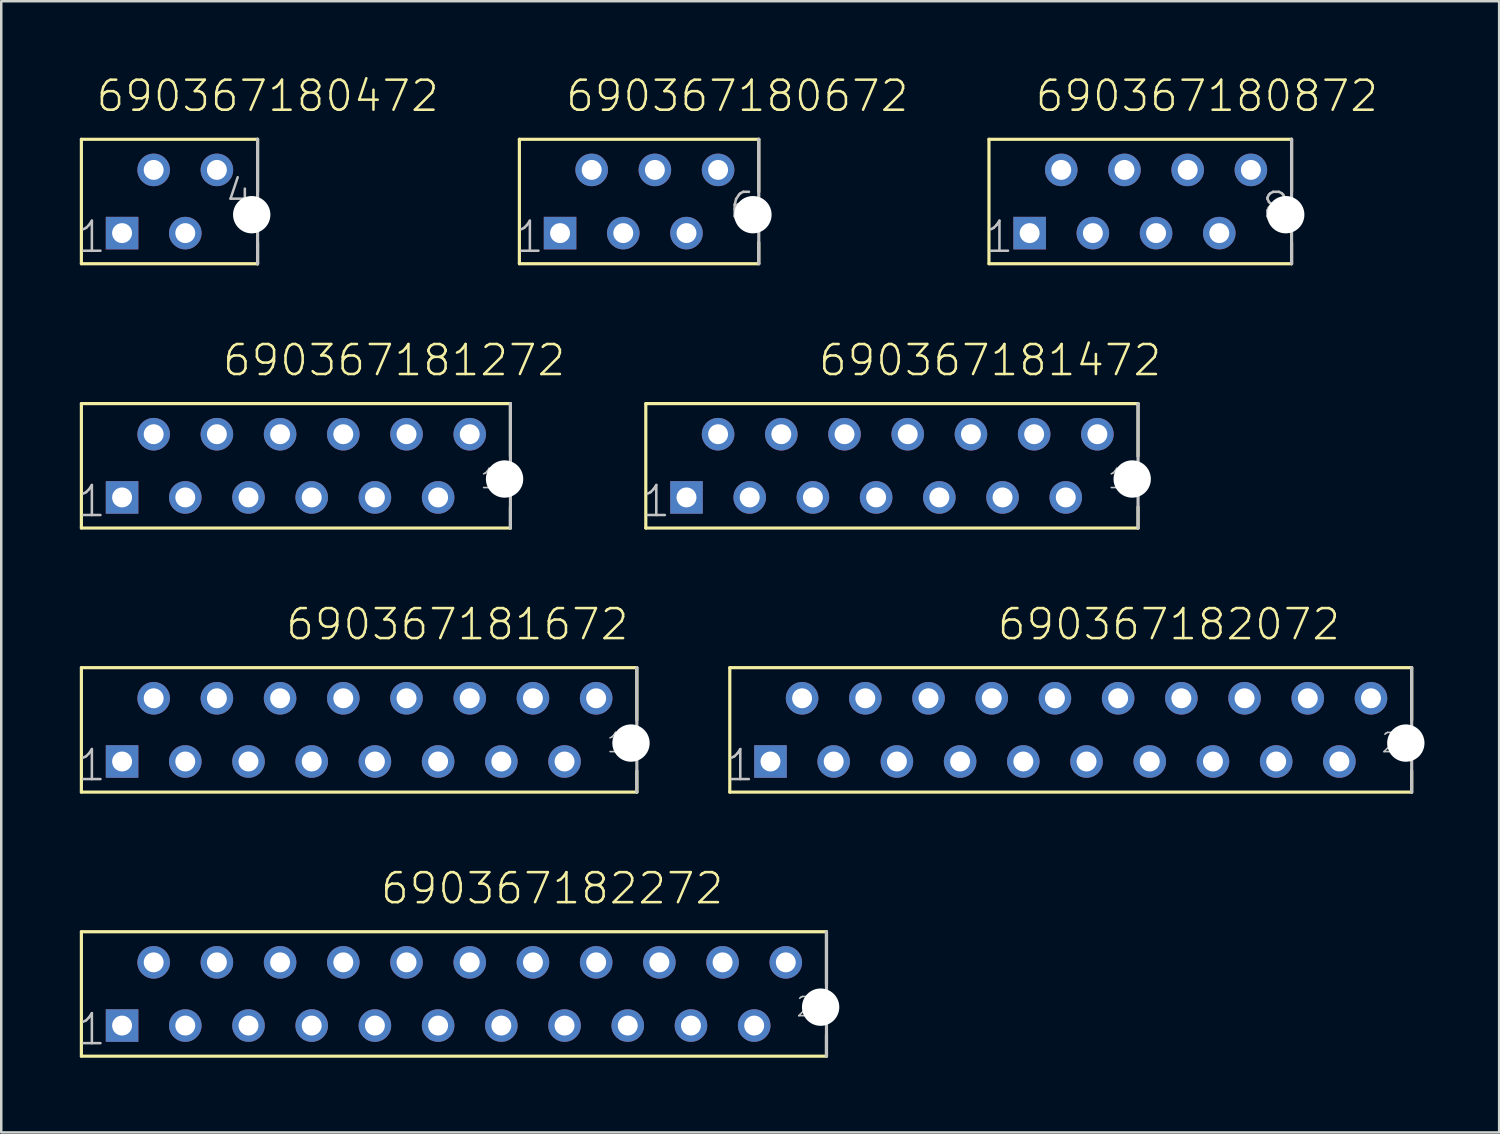
<source format=kicad_pcb>
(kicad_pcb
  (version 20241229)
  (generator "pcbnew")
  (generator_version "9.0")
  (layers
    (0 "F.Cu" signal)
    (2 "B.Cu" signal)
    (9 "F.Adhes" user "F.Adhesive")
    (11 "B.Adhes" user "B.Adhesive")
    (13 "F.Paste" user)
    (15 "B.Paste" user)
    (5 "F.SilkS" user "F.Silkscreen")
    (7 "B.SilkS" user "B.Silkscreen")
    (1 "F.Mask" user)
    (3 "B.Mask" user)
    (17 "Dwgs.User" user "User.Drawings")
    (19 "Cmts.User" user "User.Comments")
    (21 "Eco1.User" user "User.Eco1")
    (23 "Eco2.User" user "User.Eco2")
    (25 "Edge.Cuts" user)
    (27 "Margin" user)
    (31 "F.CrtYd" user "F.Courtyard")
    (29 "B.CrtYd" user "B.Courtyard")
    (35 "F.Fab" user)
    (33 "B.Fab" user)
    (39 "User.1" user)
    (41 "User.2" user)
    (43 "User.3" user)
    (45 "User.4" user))
  (footprint "690367182072"
    (layer "F.Cu")
    (at 39.975 26.279)
    (property "Reference" "690367182072" (at -3.012 -3.536 0) (layer "F.SilkS") (effects (font (size 1.206 1.206) (thickness 0.102)) (justify left bottom)))
    (attr through_hole)
    (fp_line (start -13.7 -2.5) (end -13.7 2.5) (stroke (width 0.127) (type solid)) (layer "F.SilkS"))
    (fp_line (start -13.7 2.5) (end 13.7 2.5) (stroke (width 0.127) (type solid)) (layer "F.SilkS"))
    (fp_line (start 13.7 -2.5) (end -13.7 -2.5) (stroke (width 0.127) (type solid)) (layer "F.SilkS"))
    (fp_line (start 13.7 -0.39) (end 13.7 -2.5) (stroke (width 0.127) (type solid)) (layer "F.SilkS"))
    (fp_line (start 13.7 1.65) (end 13.7 2.5) (stroke (width 0.127) (type solid)) (layer "F.SilkS"))
    (fp_line (start 13.7 2.5) (end 13.7 -2.5) (stroke (width 0.127) (type solid)) (layer "Dwgs.User"))
    (fp_text user "20" (at 12.435 0.97 0) (layer "Dwgs.User") (effects (font (size 0.772 0.772) (thickness 0.065)) (justify left bottom)))
    (fp_text user "1" (at -13.92 2.13 0) (layer "Dwgs.User") (effects (font (size 1.206 1.206) (thickness 0.102)) (justify left bottom)))
    (pad "" np_thru_hole circle (at 13.465 0.53) (size 1.5 1.5) (drill 1.5) (layers "*.Cu"))
    (pad "1" thru_hole rect (at -12.065 1.27 180) (size 1.308 1.308) (drill 0.8) (layers "*.Cu" "*.Mask"))
    (pad "2" thru_hole circle (at -10.795 -1.27 180) (size 1.308 1.308) (drill 0.8) (layers "*.Cu" "*.Mask"))
    (pad "3" thru_hole circle (at -9.525 1.27 180) (size 1.308 1.308) (drill 0.8) (layers "*.Cu" "*.Mask"))
    (pad "4" thru_hole circle (at -8.255 -1.27 180) (size 1.308 1.308) (drill 0.8) (layers "*.Cu" "*.Mask"))
    (pad "5" thru_hole circle (at -6.985 1.27 180) (size 1.308 1.308) (drill 0.8) (layers "*.Cu" "*.Mask"))
    (pad "6" thru_hole circle (at -5.715 -1.27 180) (size 1.308 1.308) (drill 0.8) (layers "*.Cu" "*.Mask"))
    (pad "7" thru_hole circle (at -4.445 1.27 180) (size 1.308 1.308) (drill 0.8) (layers "*.Cu" "*.Mask"))
    (pad "8" thru_hole circle (at -3.175 -1.27 180) (size 1.308 1.308) (drill 0.8) (layers "*.Cu" "*.Mask"))
    (pad "9" thru_hole circle (at -1.905 1.27 180) (size 1.308 1.308) (drill 0.8) (layers "*.Cu" "*.Mask"))
    (pad "10" thru_hole circle (at -0.635 -1.27 180) (size 1.308 1.308) (drill 0.8) (layers "*.Cu" "*.Mask"))
    (pad "11" thru_hole circle (at 0.635 1.27 180) (size 1.308 1.308) (drill 0.8) (layers "*.Cu" "*.Mask"))
    (pad "12" thru_hole circle (at 1.905 -1.27 180) (size 1.308 1.308) (drill 0.8) (layers "*.Cu" "*.Mask"))
    (pad "13" thru_hole circle (at 3.175 1.27 180) (size 1.308 1.308) (drill 0.8) (layers "*.Cu" "*.Mask"))
    (pad "14" thru_hole circle (at 4.445 -1.27 180) (size 1.308 1.308) (drill 0.8) (layers "*.Cu" "*.Mask"))
    (pad "15" thru_hole circle (at 5.715 1.27 180) (size 1.308 1.308) (drill 0.8) (layers "*.Cu" "*.Mask"))
    (pad "16" thru_hole circle (at 6.985 -1.27 180) (size 1.308 1.308) (drill 0.8) (layers "*.Cu" "*.Mask"))
    (pad "17" thru_hole circle (at 8.255 1.27 180) (size 1.308 1.308) (drill 0.8) (layers "*.Cu" "*.Mask"))
    (pad "18" thru_hole circle (at 9.525 -1.27 180) (size 1.308 1.308) (drill 0.8) (layers "*.Cu" "*.Mask"))
    (pad "19" thru_hole circle (at 10.795 1.27 180) (size 1.308 1.308) (drill 0.8) (layers "*.Cu" "*.Mask"))
    (pad "20" thru_hole circle (at 12.065 -1.27 180) (size 1.308 1.308) (drill 0.8) (layers "*.Cu" "*.Mask")))
  (footprint "690367180672"
    (layer "F.Cu")
    (at 22.63 5.047)
    (property "Reference" "690367180672" (at -3.012 -3.536 0) (layer "F.SilkS") (effects (font (size 1.206 1.206) (thickness 0.102)) (justify left bottom)))
    (attr through_hole)
    (fp_line (start -4.81 -2.5) (end -4.81 2.5) (stroke (width 0.127) (type solid)) (layer "F.SilkS"))
    (fp_line (start -4.81 2.5) (end 4.81 2.5) (stroke (width 0.127) (type solid)) (layer "F.SilkS"))
    (fp_line (start 4.81 -2.5) (end -4.81 -2.5) (stroke (width 0.127) (type solid)) (layer "F.SilkS"))
    (fp_line (start 4.81 -0.39) (end 4.81 -2.5) (stroke (width 0.127) (type solid)) (layer "F.SilkS"))
    (fp_line (start 4.81 1.65) (end 4.81 2.5) (stroke (width 0.127) (type solid)) (layer "F.SilkS"))
    (fp_line (start 4.81 2.5) (end 4.81 -2.5) (stroke (width 0.127) (type solid)) (layer "Dwgs.User"))
    (fp_text user "6" (at 3.545 0.97 0) (layer "Dwgs.User") (effects (font (size 1.206 1.206) (thickness 0.102)) (justify left bottom)))
    (fp_text user "1" (at -5.03 2.13 0) (layer "Dwgs.User") (effects (font (size 1.206 1.206) (thickness 0.102)) (justify left bottom)))
    (pad "" np_thru_hole circle (at 4.575 0.53) (size 1.5 1.5) (drill 1.5) (layers "*.Cu"))
    (pad "1" thru_hole rect (at -3.175 1.27 180) (size 1.308 1.308) (drill 0.8) (layers "*.Cu" "*.Mask"))
    (pad "2" thru_hole circle (at -1.905 -1.27 180) (size 1.308 1.308) (drill 0.8) (layers "*.Cu" "*.Mask"))
    (pad "3" thru_hole circle (at -0.635 1.27 180) (size 1.308 1.308) (drill 0.8) (layers "*.Cu" "*.Mask"))
    (pad "4" thru_hole circle (at 0.635 -1.27 180) (size 1.308 1.308) (drill 0.8) (layers "*.Cu" "*.Mask"))
    (pad "5" thru_hole circle (at 1.905 1.27 180) (size 1.308 1.308) (drill 0.8) (layers "*.Cu" "*.Mask"))
    (pad "6" thru_hole circle (at 3.175 -1.27 180) (size 1.308 1.308) (drill 0.8) (layers "*.Cu" "*.Mask")))
  (footprint "690367180472"
    (layer "F.Cu")
    (at 3.76 5.047)
    (property "Reference" "690367180472" (at -3.012 -3.536 0) (layer "F.SilkS") (effects (font (size 1.206 1.206) (thickness 0.102)) (justify left bottom)))
    (attr through_hole)
    (fp_line (start -3.54 -2.5) (end -3.54 2.5) (stroke (width 0.127) (type solid)) (layer "F.SilkS"))
    (fp_line (start -3.54 2.5) (end 3.54 2.5) (stroke (width 0.127) (type solid)) (layer "F.SilkS"))
    (fp_line (start 3.54 -2.5) (end -3.54 -2.5) (stroke (width 0.127) (type solid)) (layer "F.SilkS"))
    (fp_line (start 3.54 -0.39) (end 3.54 -2.5) (stroke (width 0.127) (type solid)) (layer "F.SilkS"))
    (fp_line (start 3.54 1.65) (end 3.54 2.51) (stroke (width 0.127) (type solid)) (layer "F.SilkS"))
    (fp_line (start 3.54 2.5) (end 3.54 -2.5) (stroke (width 0.127) (type solid)) (layer "Dwgs.User"))
    (fp_text user "1" (at -3.76 2.13 0) (layer "Dwgs.User") (effects (font (size 1.206 1.206) (thickness 0.102)) (justify left bottom)))
    (fp_text user "4" (at 3.44 -0.97 0) (layer "Dwgs.User") (effects (font (size 1.206 1.206) (thickness 0.102)) (justify right top)))
    (pad "" np_thru_hole circle (at 3.305 0.53) (size 1.5 1.5) (drill 1.5) (layers "*.Cu"))
    (pad "1" thru_hole rect (at -1.905 1.27 180) (size 1.308 1.308) (drill 0.8) (layers "*.Cu" "*.Mask"))
    (pad "2" thru_hole circle (at -0.635 -1.27 180) (size 1.308 1.308) (drill 0.8) (layers "*.Cu" "*.Mask"))
    (pad "3" thru_hole circle (at 0.635 1.27 180) (size 1.308 1.308) (drill 0.8) (layers "*.Cu" "*.Mask"))
    (pad "4" thru_hole circle (at 1.905 -1.27 180) (size 1.308 1.308) (drill 0.8) (layers "*.Cu" "*.Mask")))
  (footprint "690367181272"
    (layer "F.Cu")
    (at 8.84 15.668)
    (property "Reference" "690367181272" (at -3.012 -3.536 0) (layer "F.SilkS") (effects (font (size 1.206 1.206) (thickness 0.102)) (justify left bottom)))
    (attr through_hole)
    (fp_line (start -8.62 -2.5) (end -8.62 2.5) (stroke (width 0.127) (type solid)) (layer "F.SilkS"))
    (fp_line (start -8.62 2.5) (end 8.62 2.5) (stroke (width 0.127) (type solid)) (layer "F.SilkS"))
    (fp_line (start 8.62 -2.5) (end -8.62 -2.5) (stroke (width 0.127) (type solid)) (layer "F.SilkS"))
    (fp_line (start 8.62 -0.39) (end 8.62 -2.5) (stroke (width 0.127) (type solid)) (layer "F.SilkS"))
    (fp_line (start 8.62 1.65) (end 8.62 2.5) (stroke (width 0.127) (type solid)) (layer "F.SilkS"))
    (fp_line (start 8.62 2.5) (end 8.62 -2.5) (stroke (width 0.127) (type solid)) (layer "Dwgs.User"))
    (fp_text user "12" (at 7.355 0.97 0) (layer "Dwgs.User") (effects (font (size 0.772 0.772) (thickness 0.065)) (justify left bottom)))
    (fp_text user "1" (at -8.84 2.13 0) (layer "Dwgs.User") (effects (font (size 1.206 1.206) (thickness 0.102)) (justify left bottom)))
    (pad "" np_thru_hole circle (at 8.385 0.53) (size 1.5 1.5) (drill 1.5) (layers "*.Cu"))
    (pad "1" thru_hole rect (at -6.985 1.27 180) (size 1.308 1.308) (drill 0.8) (layers "*.Cu" "*.Mask"))
    (pad "2" thru_hole circle (at -5.715 -1.27 180) (size 1.308 1.308) (drill 0.8) (layers "*.Cu" "*.Mask"))
    (pad "3" thru_hole circle (at -4.445 1.27 180) (size 1.308 1.308) (drill 0.8) (layers "*.Cu" "*.Mask"))
    (pad "4" thru_hole circle (at -3.175 -1.27 180) (size 1.308 1.308) (drill 0.8) (layers "*.Cu" "*.Mask"))
    (pad "5" thru_hole circle (at -1.905 1.27 180) (size 1.308 1.308) (drill 0.8) (layers "*.Cu" "*.Mask"))
    (pad "6" thru_hole circle (at -0.635 -1.27 180) (size 1.308 1.308) (drill 0.8) (layers "*.Cu" "*.Mask"))
    (pad "7" thru_hole circle (at 0.635 1.27 180) (size 1.308 1.308) (drill 0.8) (layers "*.Cu" "*.Mask"))
    (pad "8" thru_hole circle (at 1.905 -1.27 180) (size 1.308 1.308) (drill 0.8) (layers "*.Cu" "*.Mask"))
    (pad "9" thru_hole circle (at 3.175 1.27 180) (size 1.308 1.308) (drill 0.8) (layers "*.Cu" "*.Mask"))
    (pad "10" thru_hole circle (at 4.445 -1.27 180) (size 1.308 1.308) (drill 0.8) (layers "*.Cu" "*.Mask"))
    (pad "11" thru_hole circle (at 5.715 1.27 180) (size 1.308 1.308) (drill 0.8) (layers "*.Cu" "*.Mask"))
    (pad "12" thru_hole circle (at 6.985 -1.27 180) (size 1.308 1.308) (drill 0.8) (layers "*.Cu" "*.Mask")))
  (footprint "690367182272"
    (layer "F.Cu")
    (at 15.19 36.89)
    (property "Reference" "690367182272" (at -3.012 -3.536 0) (layer "F.SilkS") (effects (font (size 1.206 1.206) (thickness 0.102)) (justify left bottom)))
    (attr through_hole)
    (fp_line (start -14.97 -2.5) (end -14.97 2.5) (stroke (width 0.127) (type solid)) (layer "F.SilkS"))
    (fp_line (start -14.97 2.5) (end 14.97 2.5) (stroke (width 0.127) (type solid)) (layer "F.SilkS"))
    (fp_line (start 14.97 -2.5) (end -14.97 -2.5) (stroke (width 0.127) (type solid)) (layer "F.SilkS"))
    (fp_line (start 14.97 -0.39) (end 14.97 -2.5) (stroke (width 0.127) (type solid)) (layer "F.SilkS"))
    (fp_line (start 14.97 1.65) (end 14.97 2.5) (stroke (width 0.127) (type solid)) (layer "F.SilkS"))
    (fp_line (start 14.97 2.5) (end 14.97 -2.5) (stroke (width 0.127) (type solid)) (layer "Dwgs.User"))
    (fp_text user "22" (at 13.705 0.97 0) (layer "Dwgs.User") (effects (font (size 0.772 0.772) (thickness 0.065)) (justify left bottom)))
    (fp_text user "1" (at -15.19 2.13 0) (layer "Dwgs.User") (effects (font (size 1.206 1.206) (thickness 0.102)) (justify left bottom)))
    (pad "" np_thru_hole circle (at 14.735 0.53) (size 1.5 1.5) (drill 1.5) (layers "*.Cu"))
    (pad "1" thru_hole rect (at -13.335 1.27 180) (size 1.308 1.308) (drill 0.8) (layers "*.Cu" "*.Mask"))
    (pad "2" thru_hole circle (at -12.065 -1.27 180) (size 1.308 1.308) (drill 0.8) (layers "*.Cu" "*.Mask"))
    (pad "3" thru_hole circle (at -10.795 1.27 180) (size 1.308 1.308) (drill 0.8) (layers "*.Cu" "*.Mask"))
    (pad "4" thru_hole circle (at -9.525 -1.27 180) (size 1.308 1.308) (drill 0.8) (layers "*.Cu" "*.Mask"))
    (pad "5" thru_hole circle (at -8.255 1.27 180) (size 1.308 1.308) (drill 0.8) (layers "*.Cu" "*.Mask"))
    (pad "6" thru_hole circle (at -6.985 -1.27 180) (size 1.308 1.308) (drill 0.8) (layers "*.Cu" "*.Mask"))
    (pad "7" thru_hole circle (at -5.715 1.27 180) (size 1.308 1.308) (drill 0.8) (layers "*.Cu" "*.Mask"))
    (pad "8" thru_hole circle (at -4.445 -1.27 180) (size 1.308 1.308) (drill 0.8) (layers "*.Cu" "*.Mask"))
    (pad "9" thru_hole circle (at -3.175 1.27 180) (size 1.308 1.308) (drill 0.8) (layers "*.Cu" "*.Mask"))
    (pad "10" thru_hole circle (at -1.905 -1.27 180) (size 1.308 1.308) (drill 0.8) (layers "*.Cu" "*.Mask"))
    (pad "11" thru_hole circle (at -0.635 1.27 180) (size 1.308 1.308) (drill 0.8) (layers "*.Cu" "*.Mask"))
    (pad "12" thru_hole circle (at 0.635 -1.27 180) (size 1.308 1.308) (drill 0.8) (layers "*.Cu" "*.Mask"))
    (pad "13" thru_hole circle (at 1.905 1.27 180) (size 1.308 1.308) (drill 0.8) (layers "*.Cu" "*.Mask"))
    (pad "14" thru_hole circle (at 3.175 -1.27 180) (size 1.308 1.308) (drill 0.8) (layers "*.Cu" "*.Mask"))
    (pad "15" thru_hole circle (at 4.445 1.27 180) (size 1.308 1.308) (drill 0.8) (layers "*.Cu" "*.Mask"))
    (pad "16" thru_hole circle (at 5.715 -1.27 180) (size 1.308 1.308) (drill 0.8) (layers "*.Cu" "*.Mask"))
    (pad "17" thru_hole circle (at 6.985 1.27 180) (size 1.308 1.308) (drill 0.8) (layers "*.Cu" "*.Mask"))
    (pad "18" thru_hole circle (at 8.255 -1.27 180) (size 1.308 1.308) (drill 0.8) (layers "*.Cu" "*.Mask"))
    (pad "19" thru_hole circle (at 9.525 1.27 180) (size 1.308 1.308) (drill 0.8) (layers "*.Cu" "*.Mask"))
    (pad "20" thru_hole circle (at 10.795 -1.27 180) (size 1.308 1.308) (drill 0.8) (layers "*.Cu" "*.Mask"))
    (pad "21" thru_hole circle (at 12.065 1.27 180) (size 1.308 1.308) (drill 0.8) (layers "*.Cu" "*.Mask"))
    (pad "22" thru_hole circle (at 13.335 -1.27 180) (size 1.308 1.308) (drill 0.8) (layers "*.Cu" "*.Mask")))
  (footprint "690367181672"
    (layer "F.Cu")
    (at 11.38 26.279)
    (property "Reference" "690367181672" (at -3.012 -3.536 0) (layer "F.SilkS") (effects (font (size 1.206 1.206) (thickness 0.102)) (justify left bottom)))
    (attr through_hole)
    (fp_line (start -11.16 -2.5) (end -11.16 2.5) (stroke (width 0.127) (type solid)) (layer "F.SilkS"))
    (fp_line (start -11.16 2.5) (end 11.16 2.5) (stroke (width 0.127) (type solid)) (layer "F.SilkS"))
    (fp_line (start 11.16 -2.5) (end -11.16 -2.5) (stroke (width 0.127) (type solid)) (layer "F.SilkS"))
    (fp_line (start 11.16 -0.39) (end 11.16 -2.5) (stroke (width 0.127) (type solid)) (layer "F.SilkS"))
    (fp_line (start 11.16 1.65) (end 11.16 2.5) (stroke (width 0.127) (type solid)) (layer "F.SilkS"))
    (fp_line (start 11.16 2.5) (end 11.16 -2.5) (stroke (width 0.127) (type solid)) (layer "Dwgs.User"))
    (fp_text user "1" (at -11.38 2.13 0) (layer "Dwgs.User") (effects (font (size 1.206 1.206) (thickness 0.102)) (justify left bottom)))
    (fp_text user "16" (at 9.895 0.97 0) (layer "Dwgs.User") (effects (font (size 0.772 0.772) (thickness 0.065)) (justify left bottom)))
    (pad "" np_thru_hole circle (at 10.925 0.53) (size 1.5 1.5) (drill 1.5) (layers "*.Cu"))
    (pad "1" thru_hole rect (at -9.525 1.27 180) (size 1.308 1.308) (drill 0.8) (layers "*.Cu" "*.Mask"))
    (pad "2" thru_hole circle (at -8.255 -1.27 180) (size 1.308 1.308) (drill 0.8) (layers "*.Cu" "*.Mask"))
    (pad "3" thru_hole circle (at -6.985 1.27 180) (size 1.308 1.308) (drill 0.8) (layers "*.Cu" "*.Mask"))
    (pad "4" thru_hole circle (at -5.715 -1.27 180) (size 1.308 1.308) (drill 0.8) (layers "*.Cu" "*.Mask"))
    (pad "5" thru_hole circle (at -4.445 1.27 180) (size 1.308 1.308) (drill 0.8) (layers "*.Cu" "*.Mask"))
    (pad "6" thru_hole circle (at -3.175 -1.27 180) (size 1.308 1.308) (drill 0.8) (layers "*.Cu" "*.Mask"))
    (pad "7" thru_hole circle (at -1.905 1.27 180) (size 1.308 1.308) (drill 0.8) (layers "*.Cu" "*.Mask"))
    (pad "8" thru_hole circle (at -0.635 -1.27 180) (size 1.308 1.308) (drill 0.8) (layers "*.Cu" "*.Mask"))
    (pad "9" thru_hole circle (at 0.635 1.27 180) (size 1.308 1.308) (drill 0.8) (layers "*.Cu" "*.Mask"))
    (pad "10" thru_hole circle (at 1.905 -1.27 180) (size 1.308 1.308) (drill 0.8) (layers "*.Cu" "*.Mask"))
    (pad "11" thru_hole circle (at 3.175 1.27 180) (size 1.308 1.308) (drill 0.8) (layers "*.Cu" "*.Mask"))
    (pad "12" thru_hole circle (at 4.445 -1.27 180) (size 1.308 1.308) (drill 0.8) (layers "*.Cu" "*.Mask"))
    (pad "13" thru_hole circle (at 5.715 1.27 180) (size 1.308 1.308) (drill 0.8) (layers "*.Cu" "*.Mask"))
    (pad "14" thru_hole circle (at 6.985 -1.27 180) (size 1.308 1.308) (drill 0.8) (layers "*.Cu" "*.Mask"))
    (pad "15" thru_hole circle (at 8.255 1.27 180) (size 1.308 1.308) (drill 0.8) (layers "*.Cu" "*.Mask"))
    (pad "16" thru_hole circle (at 9.525 -1.27 180) (size 1.308 1.308) (drill 0.8) (layers "*.Cu" "*.Mask")))
  (footprint "690367180872"
    (layer "F.Cu")
    (at 42.769 5.047)
    (property "Reference" "690367180872" (at -4.282 -3.536 0) (layer "F.SilkS") (effects (font (size 1.206 1.206) (thickness 0.102)) (justify left bottom)))
    (attr through_hole)
    (fp_line (start -6.08 -2.5) (end -6.08 2.5) (stroke (width 0.127) (type solid)) (layer "F.SilkS"))
    (fp_line (start -6.08 2.5) (end 6.08 2.5) (stroke (width 0.127) (type solid)) (layer "F.SilkS"))
    (fp_line (start 6.08 -2.5) (end -6.08 -2.5) (stroke (width 0.127) (type solid)) (layer "F.SilkS"))
    (fp_line (start 6.08 -0.39) (end 6.08 -2.5) (stroke (width 0.127) (type solid)) (layer "F.SilkS"))
    (fp_line (start 6.08 1.65) (end 6.08 2.5) (stroke (width 0.127) (type solid)) (layer "F.SilkS"))
    (fp_line (start 6.08 2.5) (end 6.08 -2.5) (stroke (width 0.127) (type solid)) (layer "Dwgs.User"))
    (fp_text user "1" (at -6.3 2.13 0) (layer "Dwgs.User") (effects (font (size 1.206 1.206) (thickness 0.102)) (justify left bottom)))
    (fp_text user "8" (at 4.815 0.97 0) (layer "Dwgs.User") (effects (font (size 1.206 1.206) (thickness 0.102)) (justify left bottom)))
    (pad "" np_thru_hole circle (at 5.845 0.53) (size 1.5 1.5) (drill 1.5) (layers "*.Cu"))
    (pad "1" thru_hole rect (at -4.445 1.27 180) (size 1.308 1.308) (drill 0.8) (layers "*.Cu" "*.Mask"))
    (pad "2" thru_hole circle (at -3.175 -1.27 180) (size 1.308 1.308) (drill 0.8) (layers "*.Cu" "*.Mask"))
    (pad "3" thru_hole circle (at -1.905 1.27 180) (size 1.308 1.308) (drill 0.8) (layers "*.Cu" "*.Mask"))
    (pad "4" thru_hole circle (at -0.635 -1.27 180) (size 1.308 1.308) (drill 0.8) (layers "*.Cu" "*.Mask"))
    (pad "5" thru_hole circle (at 0.635 1.27 180) (size 1.308 1.308) (drill 0.8) (layers "*.Cu" "*.Mask"))
    (pad "6" thru_hole circle (at 1.905 -1.27 180) (size 1.308 1.308) (drill 0.8) (layers "*.Cu" "*.Mask"))
    (pad "7" thru_hole circle (at 3.175 1.27 180) (size 1.308 1.308) (drill 0.8) (layers "*.Cu" "*.Mask"))
    (pad "8" thru_hole circle (at 4.445 -1.27 180) (size 1.308 1.308) (drill 0.8) (layers "*.Cu" "*.Mask")))
  (footprint "690367181472"
    (layer "F.Cu")
    (at 32.79 15.668)
    (property "Reference" "690367181472" (at -3.012 -3.536 0) (layer "F.SilkS") (effects (font (size 1.206 1.206) (thickness 0.102)) (justify left bottom)))
    (attr through_hole)
    (fp_line (start -9.89 -2.5) (end -9.89 2.5) (stroke (width 0.127) (type solid)) (layer "F.SilkS"))
    (fp_line (start -9.89 2.5) (end 9.89 2.5) (stroke (width 0.127) (type solid)) (layer "F.SilkS"))
    (fp_line (start 9.89 -2.5) (end -9.89 -2.5) (stroke (width 0.127) (type solid)) (layer "F.SilkS"))
    (fp_line (start 9.89 -0.39) (end 9.89 -2.5) (stroke (width 0.127) (type solid)) (layer "F.SilkS"))
    (fp_line (start 9.89 1.65) (end 9.89 2.5) (stroke (width 0.127) (type solid)) (layer "F.SilkS"))
    (fp_line (start 9.89 2.5) (end 9.89 -2.5) (stroke (width 0.127) (type solid)) (layer "Dwgs.User"))
    (fp_text user "1" (at -10.11 2.13 0) (layer "Dwgs.User") (effects (font (size 1.206 1.206) (thickness 0.102)) (justify left bottom)))
    (fp_text user "14" (at 8.625 0.97 0) (layer "Dwgs.User") (effects (font (size 0.772 0.772) (thickness 0.065)) (justify left bottom)))
    (pad "" np_thru_hole circle (at 9.655 0.53) (size 1.5 1.5) (drill 1.5) (layers "*.Cu"))
    (pad "1" thru_hole rect (at -8.255 1.27 180) (size 1.308 1.308) (drill 0.8) (layers "*.Cu" "*.Mask"))
    (pad "2" thru_hole circle (at -6.985 -1.27 180) (size 1.308 1.308) (drill 0.8) (layers "*.Cu" "*.Mask"))
    (pad "3" thru_hole circle (at -5.715 1.27 180) (size 1.308 1.308) (drill 0.8) (layers "*.Cu" "*.Mask"))
    (pad "4" thru_hole circle (at -4.445 -1.27 180) (size 1.308 1.308) (drill 0.8) (layers "*.Cu" "*.Mask"))
    (pad "5" thru_hole circle (at -3.175 1.27 180) (size 1.308 1.308) (drill 0.8) (layers "*.Cu" "*.Mask"))
    (pad "6" thru_hole circle (at -1.905 -1.27 180) (size 1.308 1.308) (drill 0.8) (layers "*.Cu" "*.Mask"))
    (pad "7" thru_hole circle (at -0.635 1.27 180) (size 1.308 1.308) (drill 0.8) (layers "*.Cu" "*.Mask"))
    (pad "8" thru_hole circle (at 0.635 -1.27 180) (size 1.308 1.308) (drill 0.8) (layers "*.Cu" "*.Mask"))
    (pad "9" thru_hole circle (at 1.905 1.27 180) (size 1.308 1.308) (drill 0.8) (layers "*.Cu" "*.Mask"))
    (pad "10" thru_hole circle (at 3.175 -1.27 180) (size 1.308 1.308) (drill 0.8) (layers "*.Cu" "*.Mask"))
    (pad "11" thru_hole circle (at 4.445 1.27 180) (size 1.308 1.308) (drill 0.8) (layers "*.Cu" "*.Mask"))
    (pad "12" thru_hole circle (at 5.715 -1.27 180) (size 1.308 1.308) (drill 0.8) (layers "*.Cu" "*.Mask"))
    (pad "13" thru_hole circle (at 6.985 1.27 180) (size 1.308 1.308) (drill 0.8) (layers "*.Cu" "*.Mask"))
    (pad "14" thru_hole circle (at 8.255 -1.27 180) (size 1.308 1.308) (drill 0.8) (layers "*.Cu" "*.Mask")))
  (gr_rect
    (start -3 -3)
    (end 57.19 42.454)
    (stroke (width 0.1) (type default))
    (fill no)
    (layer "Edge.Cuts")))
</source>
